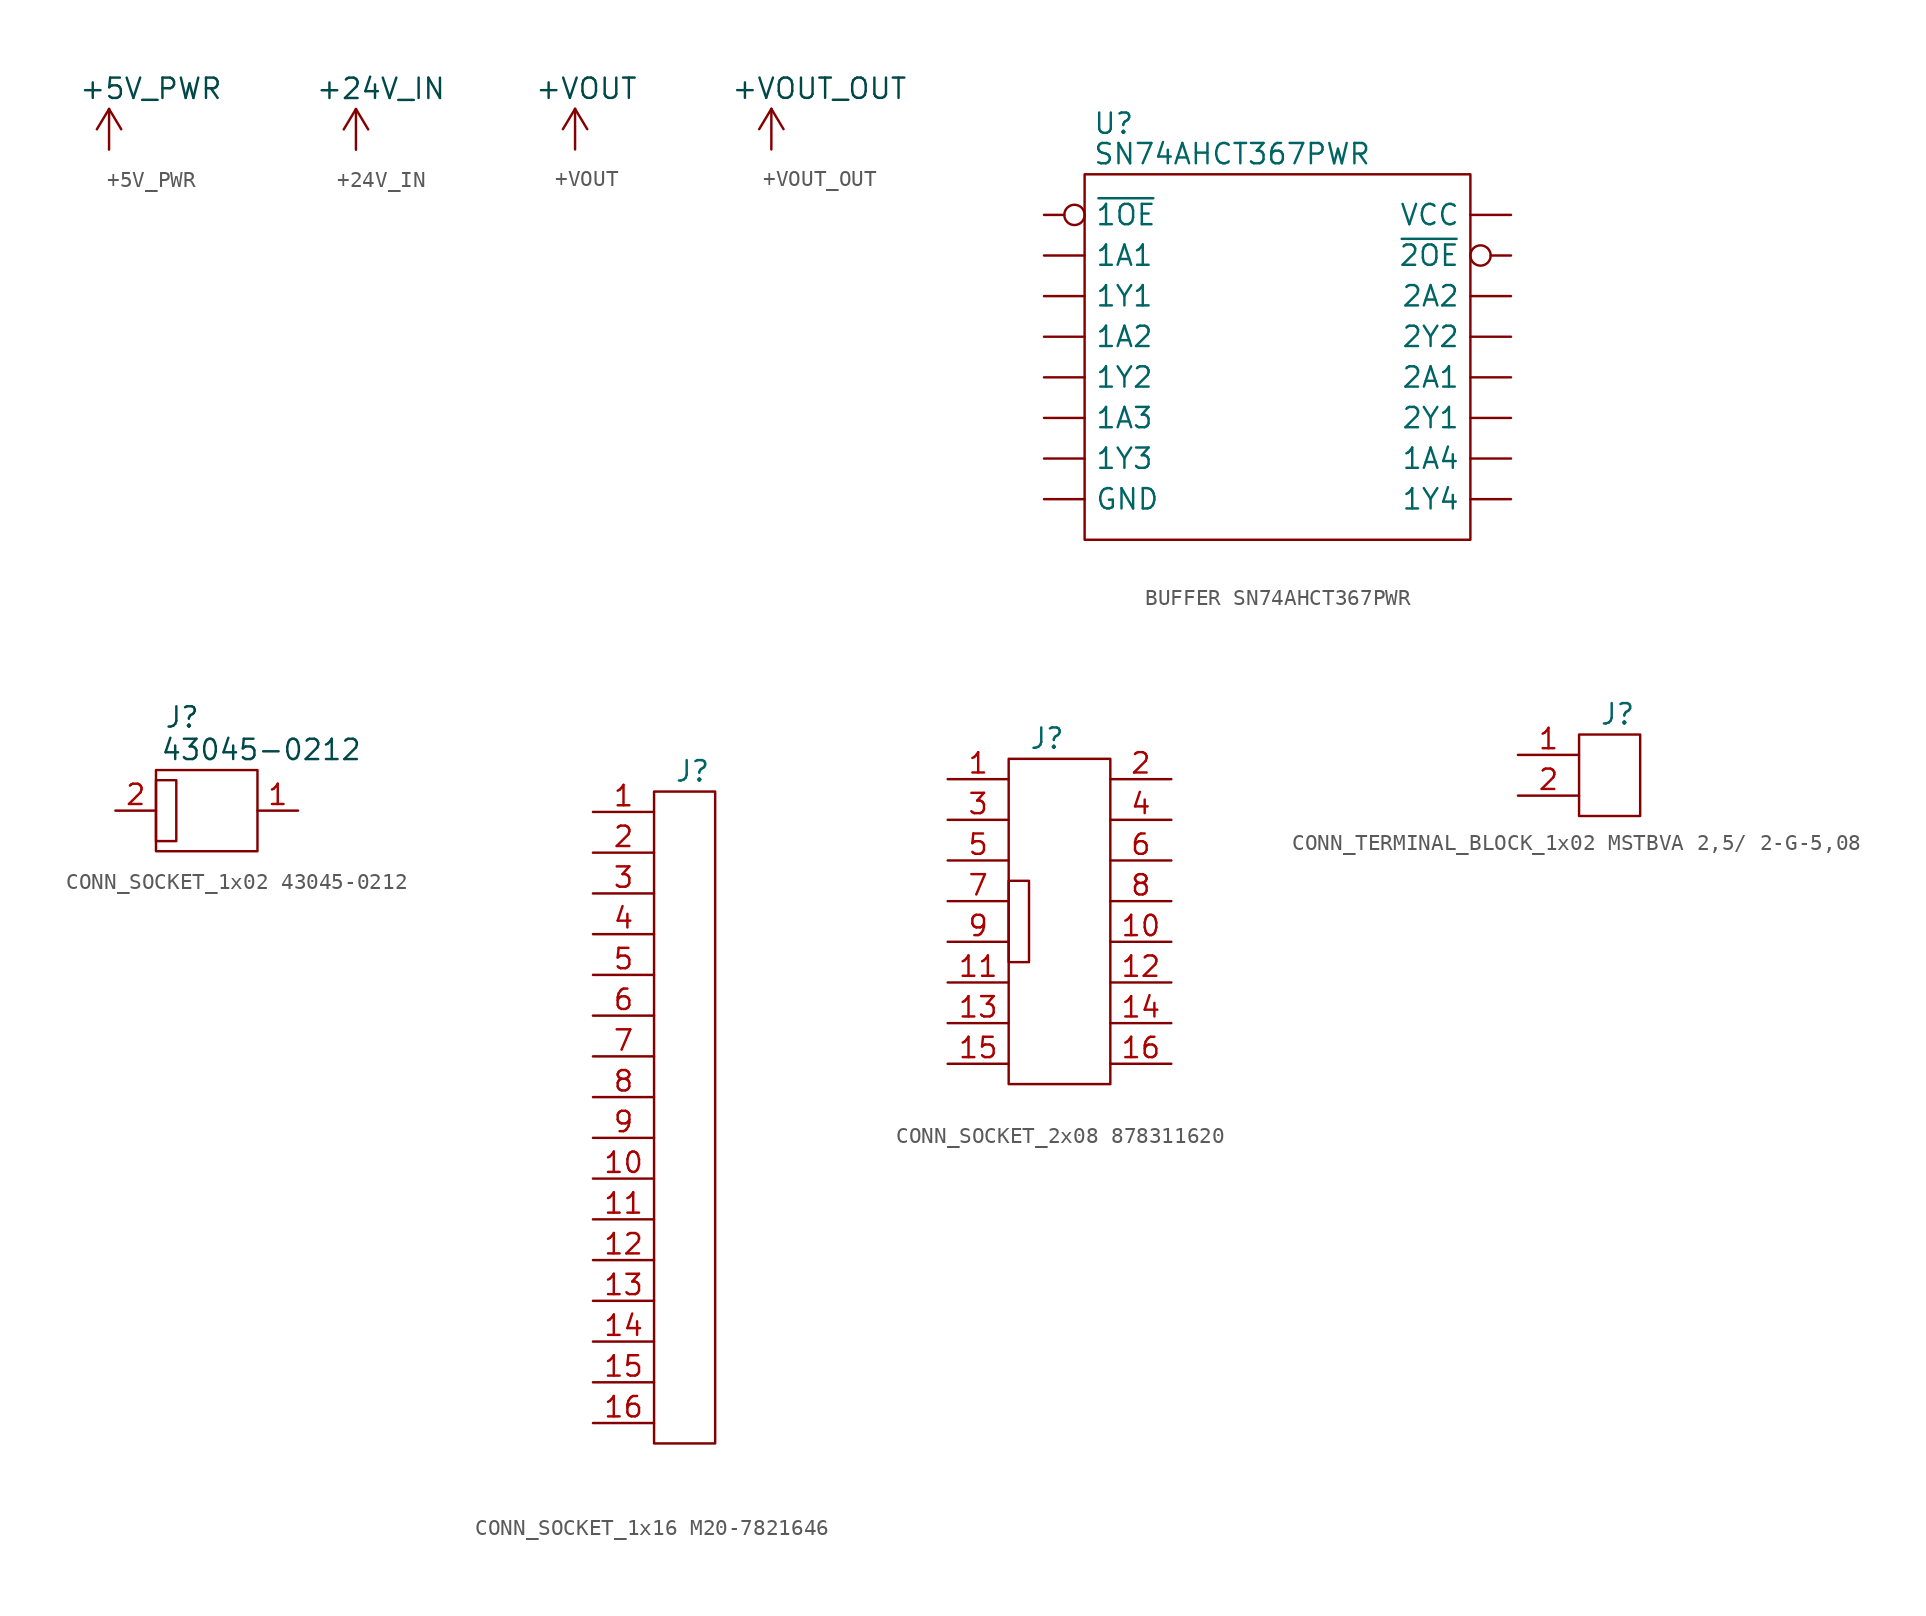
<source format=kicad_sym>
(kicad_symbol_lib
  (version 20231120)
  (generator "kicad_symbol_editor")
  (generator_version "8.0")
  (symbol "+5V_PWR"
    (power)
    (pin_numbers hide)
    (pin_names
      (offset 0) hide)
    (property "Reference" "#PWR"
      (at 12.7 14.605 0)
      (effects (font (size 1.27 1.27)) (justify left) (hide yes)))
    (property "Value" "+5V_PWR"
      (at -1.905 3.81 0)
      (effects (font (size 1.27 1.27) (color 0 72 72 1)) (justify left)))
    (symbol "+5V_PWR_0_1"
      (polyline (pts (xy -0.762 1.27) (xy 0 2.54)) (stroke (width 0) (type default)) (fill (type none)))
      (polyline (pts (xy 0 0) (xy 0 2.54)) (stroke (width 0) (type default)) (fill (type none)))
      (polyline (pts (xy 0 2.54) (xy 0.762 1.27)) (stroke (width 0) (type default)) (fill (type none))))
    (symbol "+5V_PWR_1_1"
      (pin power_in line (at 0 0 90) (length 1.27) hide (name "+5V_PWR" (effects (font (size 1.27 1.27)))) (number "1" (effects (font (size 1.27 1.27)))))))
  (symbol "+24V_IN"
    (power)
    (pin_numbers hide)
    (pin_names
      (offset 0) hide)
    (property "Reference" "#PWR"
      (at 12.7 14.605 0)
      (effects (font (size 1.27 1.27)) (justify left) (hide yes)))
    (property "Value" "+24V_IN"
      (at -2.54 3.81 0)
      (effects (font (size 1.27 1.27) (color 0 72 72 1)) (justify left)))
    (symbol "+24V_IN_0_1"
      (polyline (pts (xy -0.762 1.27) (xy 0 2.54)) (stroke (width 0) (type default)) (fill (type none)))
      (polyline (pts (xy 0 0) (xy 0 2.54)) (stroke (width 0) (type default)) (fill (type none)))
      (polyline (pts (xy 0 2.54) (xy 0.762 1.27)) (stroke (width 0) (type default)) (fill (type none))))
    (symbol "+24V_IN_1_1"
      (pin power_in line (at 0 0 90) (length 1.27) hide (name "+24V_IN" (effects (font (size 1.27 1.27)))) (number "1" (effects (font (size 1.27 1.27)))))))
  (symbol "+VOUT"
    (power)
    (pin_numbers hide)
    (pin_names
      (offset 0) hide)
    (property "Reference" "#PWR"
      (at 12.7 14.605 0)
      (effects (font (size 1.27 1.27)) (justify left) (hide yes)))
    (property "Value" "+VOUT"
      (at -2.54 3.81 0)
      (effects (font (size 1.27 1.27) (color 0 72 72 1)) (justify left)))
    (symbol "+VOUT_0_1"
      (polyline (pts (xy -0.762 1.27) (xy 0 2.54)) (stroke (width 0) (type default)) (fill (type none)))
      (polyline (pts (xy 0 0) (xy 0 2.54)) (stroke (width 0) (type default)) (fill (type none)))
      (polyline (pts (xy 0 2.54) (xy 0.762 1.27)) (stroke (width 0) (type default)) (fill (type none))))
    (symbol "+VOUT_1_1"
      (pin power_in line (at 0 0 90) (length 1.27) hide (name "+VOUT" (effects (font (size 1.27 1.27)))) (number "1" (effects (font (size 1.27 1.27)))))))
  (symbol "+VOUT_OUT"
    (power)
    (pin_numbers hide)
    (pin_names
      (offset 0) hide)
    (property "Reference" "#PWR"
      (at 12.7 14.605 0)
      (effects (font (size 1.27 1.27)) (justify left) (hide yes)))
    (property "Value" "+VOUT_OUT"
      (at -2.54 3.81 0)
      (effects (font (size 1.27 1.27) (color 0 72 72 1)) (justify left)))
    (symbol "+VOUT_OUT_0_1"
      (polyline (pts (xy -0.762 1.27) (xy 0 2.54)) (stroke (width 0) (type default)) (fill (type none)))
      (polyline (pts (xy 0 0) (xy 0 2.54)) (stroke (width 0) (type default)) (fill (type none)))
      (polyline (pts (xy 0 2.54) (xy 0.762 1.27)) (stroke (width 0) (type default)) (fill (type none))))
    (symbol "+VOUT_OUT_1_1"
      (pin power_in line (at 0 0 90) (length 1.27) hide (name "+VOUT_OUT" (effects (font (size 1.27 1.27)))) (number "1" (effects (font (size 1.27 1.27)))))))
  (symbol "BUFFER SN74AHCT367PWR"
    (pin_numbers hide)
    (pin_names
      (offset 0.635))
    (property "Reference" "U"
      (at 0.508 3.175 0)
      (effects (font (size 1.27 1.27)) (justify left)))
    (property "Value" "SN74AHCT367PWR"
      (at 0.508 1.27 0)
      (effects (font (size 1.27 1.27)) (justify left)))
    (symbol "BUFFER SN74AHCT367PWR_0_1"
      (rectangle (start 0 0) (end 24.13 -22.86) (stroke (width 0) (type default)) (fill (type none))))
    (symbol "BUFFER SN74AHCT367PWR_1_1"
      (pin passive inverted (at -2.54 -2.54 0) (length 2.54) (name "~{1OE}" (effects (font (size 1.27 1.27)))) (number "1" (effects (font (size 1.27 1.27)))))
      (pin passive line (at 26.67 -17.78 180) (length 2.54) (name "1A4" (effects (font (size 1.27 1.27)))) (number "10" (effects (font (size 1.27 1.27)))))
      (pin passive line (at 26.67 -15.24 180) (length 2.54) (name "2Y1" (effects (font (size 1.27 1.27)))) (number "11" (effects (font (size 1.27 1.27)))))
      (pin passive line (at 26.67 -12.7 180) (length 2.54) (name "2A1" (effects (font (size 1.27 1.27)))) (number "12" (effects (font (size 1.27 1.27)))))
      (pin passive line (at 26.67 -10.16 180) (length 2.54) (name "2Y2" (effects (font (size 1.27 1.27)))) (number "13" (effects (font (size 1.27 1.27)))))
      (pin passive line (at 26.67 -7.62 180) (length 2.54) (name "2A2" (effects (font (size 1.27 1.27)))) (number "14" (effects (font (size 1.27 1.27)))))
      (pin passive inverted (at 26.67 -5.08 180) (length 2.54) (name "~{2OE}" (effects (font (size 1.27 1.27)))) (number "15" (effects (font (size 1.27 1.27)))))
      (pin passive line (at 26.67 -2.54 180) (length 2.54) (name "VCC" (effects (font (size 1.27 1.27)))) (number "16" (effects (font (size 1.27 1.27)))))
      (pin passive line (at -2.54 -5.08 0) (length 2.54) (name "1A1" (effects (font (size 1.27 1.27)))) (number "2" (effects (font (size 1.27 1.27)))))
      (pin passive line (at -2.54 -7.62 0) (length 2.54) (name "1Y1" (effects (font (size 1.27 1.27)))) (number "3" (effects (font (size 1.27 1.27)))))
      (pin passive line (at -2.54 -10.16 0) (length 2.54) (name "1A2" (effects (font (size 1.27 1.27)))) (number "4" (effects (font (size 1.27 1.27)))))
      (pin passive line (at -2.54 -12.7 0) (length 2.54) (name "1Y2" (effects (font (size 1.27 1.27)))) (number "5" (effects (font (size 1.27 1.27)))))
      (pin passive line (at -2.54 -15.24 0) (length 2.54) (name "1A3" (effects (font (size 1.27 1.27)))) (number "6" (effects (font (size 1.27 1.27)))))
      (pin passive line (at -2.54 -17.78 0) (length 2.54) (name "1Y3" (effects (font (size 1.27 1.27)))) (number "7" (effects (font (size 1.27 1.27)))))
      (pin passive line (at -2.54 -20.32 0) (length 2.54) (name "GND" (effects (font (size 1.27 1.27)))) (number "8" (effects (font (size 1.27 1.27)))))
      (pin passive line (at 26.67 -20.32 180) (length 2.54) (name "1Y4" (effects (font (size 1.27 1.27)))) (number "9" (effects (font (size 1.27 1.27)))))))
  (symbol "CONN_SOCKET_1x02 43045-0212"
    (property "Reference" "J"
      (at 0.508 3.302 0)
      (effects (font (size 1.27 1.27) (color 0 72 72 1)) (justify left)))
    (property "Value" "43045-0212"
      (at 0.254 1.27 0)
      (effects (font (size 1.27 1.27) (color 0 72 72 1)) (justify left)))
    (symbol "CONN_SOCKET_1x02 43045-0212_0_1"
      (rectangle (start 0 -0.635) (end 1.27 -4.445) (stroke (width 0) (type default)) (fill (type none))))
    (symbol "CONN_SOCKET_1x02 43045-0212_1_1"
      (rectangle (start 0 0) (end 6.35 -5.08) (stroke (width 0) (type default)) (fill (type color) (color 0 0 0 0)))
      (pin passive line (at 8.89 -2.54 180) (length 2.54) (name "~" (effects (font (size 1.27 1.27)))) (number "1" (effects (font (size 1.27 1.27)))))
      (pin passive line (at -2.54 -2.54 0) (length 2.54) (name "~" (effects (font (size 1.27 1.27)))) (number "2" (effects (font (size 1.27 1.27)))))))
  (symbol "CONN_SOCKET_1x16 M20-7821646"
    (pin_names
      (offset 0) hide)
    (property "Reference" "J"
      (at 1.27 1.27 0)
      (effects (font (size 1.27 1.27)) (justify left)))
    (symbol "CONN_SOCKET_1x16 M20-7821646_0_1"
      (rectangle (start 0 0) (end 3.81 -40.64) (stroke (width 0) (type default)) (fill (type none))))
    (symbol "CONN_SOCKET_1x16 M20-7821646_1_1"
      (pin passive line (at -3.81 -1.27 0) (length 3.81) (name "Pin_1" (effects (font (size 1.27 1.27)))) (number "1" (effects (font (size 1.27 1.27)))))
      (pin passive line (at -3.81 -24.13 0) (length 3.81) (name "Pin_10" (effects (font (size 1.27 1.27)))) (number "10" (effects (font (size 1.27 1.27)))))
      (pin passive line (at -3.81 -26.67 0) (length 3.81) (name "Pin_11" (effects (font (size 1.27 1.27)))) (number "11" (effects (font (size 1.27 1.27)))))
      (pin passive line (at -3.81 -29.21 0) (length 3.81) (name "Pin_12" (effects (font (size 1.27 1.27)))) (number "12" (effects (font (size 1.27 1.27)))))
      (pin passive line (at -3.81 -31.75 0) (length 3.81) (name "Pin_13" (effects (font (size 1.27 1.27)))) (number "13" (effects (font (size 1.27 1.27)))))
      (pin passive line (at -3.81 -34.29 0) (length 3.81) (name "Pin_14" (effects (font (size 1.27 1.27)))) (number "14" (effects (font (size 1.27 1.27)))))
      (pin passive line (at -3.81 -36.83 0) (length 3.81) (name "Pin_15" (effects (font (size 1.27 1.27)))) (number "15" (effects (font (size 1.27 1.27)))))
      (pin passive line (at -3.81 -39.37 0) (length 3.81) (name "Pin_16" (effects (font (size 1.27 1.27)))) (number "16" (effects (font (size 1.27 1.27)))))
      (pin passive line (at -3.81 -3.81 0) (length 3.81) (name "Pin_2" (effects (font (size 1.27 1.27)))) (number "2" (effects (font (size 1.27 1.27)))))
      (pin passive line (at -3.81 -6.35 0) (length 3.81) (name "Pin_3" (effects (font (size 1.27 1.27)))) (number "3" (effects (font (size 1.27 1.27)))))
      (pin passive line (at -3.81 -8.89 0) (length 3.81) (name "Pin_4" (effects (font (size 1.27 1.27)))) (number "4" (effects (font (size 1.27 1.27)))))
      (pin passive line (at -3.81 -11.43 0) (length 3.81) (name "Pin_5" (effects (font (size 1.27 1.27)))) (number "5" (effects (font (size 1.27 1.27)))))
      (pin passive line (at -3.81 -13.97 0) (length 3.81) (name "Pin_6" (effects (font (size 1.27 1.27)))) (number "6" (effects (font (size 1.27 1.27)))))
      (pin passive line (at -3.81 -16.51 0) (length 3.81) (name "Pin_7" (effects (font (size 1.27 1.27)))) (number "7" (effects (font (size 1.27 1.27)))))
      (pin passive line (at -3.81 -19.05 0) (length 3.81) (name "Pin_8" (effects (font (size 1.27 1.27)))) (number "8" (effects (font (size 1.27 1.27)))))
      (pin passive line (at -3.81 -21.59 0) (length 3.81) (name "Pin_9" (effects (font (size 1.27 1.27)))) (number "9" (effects (font (size 1.27 1.27)))))))
  (symbol "CONN_SOCKET_2x08 878311620"
    (pin_names
      (offset 0) hide)
    (property "Reference" "J"
      (at 1.27 1.27 0)
      (effects (font (size 1.27 1.27)) (justify left)))
    (symbol "CONN_SOCKET_2x08 878311620_0_1"
      (rectangle (start 0 -7.62) (end 1.27 -12.7) (stroke (width 0) (type default)) (fill (type none)))
      (rectangle (start 0 0) (end 6.35 -20.32) (stroke (width 0) (type default)) (fill (type none))))
    (symbol "CONN_SOCKET_2x08 878311620_1_1"
      (pin passive line (at -3.81 -1.27 0) (length 3.81) (name "Pin_1" (effects (font (size 1.27 1.27)))) (number "1" (effects (font (size 1.27 1.27)))))
      (pin passive line (at 10.16 -11.43 180) (length 3.81) (name "Pin_10" (effects (font (size 1.27 1.27)))) (number "10" (effects (font (size 1.27 1.27)))))
      (pin passive line (at -3.81 -13.97 0) (length 3.81) (name "Pin_11" (effects (font (size 1.27 1.27)))) (number "11" (effects (font (size 1.27 1.27)))))
      (pin passive line (at 10.16 -13.97 180) (length 3.81) (name "Pin_12" (effects (font (size 1.27 1.27)))) (number "12" (effects (font (size 1.27 1.27)))))
      (pin passive line (at -3.81 -16.51 0) (length 3.81) (name "Pin_13" (effects (font (size 1.27 1.27)))) (number "13" (effects (font (size 1.27 1.27)))))
      (pin passive line (at 10.16 -16.51 180) (length 3.81) (name "Pin_14" (effects (font (size 1.27 1.27)))) (number "14" (effects (font (size 1.27 1.27)))))
      (pin passive line (at -3.81 -19.05 0) (length 3.81) (name "Pin_15" (effects (font (size 1.27 1.27)))) (number "15" (effects (font (size 1.27 1.27)))))
      (pin passive line (at 10.16 -19.05 180) (length 3.81) (name "Pin_16" (effects (font (size 1.27 1.27)))) (number "16" (effects (font (size 1.27 1.27)))))
      (pin passive line (at 10.16 -1.27 180) (length 3.81) (name "Pin_2" (effects (font (size 1.27 1.27)))) (number "2" (effects (font (size 1.27 1.27)))))
      (pin passive line (at -3.81 -3.81 0) (length 3.81) (name "Pin_3" (effects (font (size 1.27 1.27)))) (number "3" (effects (font (size 1.27 1.27)))))
      (pin passive line (at 10.16 -3.81 180) (length 3.81) (name "Pin_4" (effects (font (size 1.27 1.27)))) (number "4" (effects (font (size 1.27 1.27)))))
      (pin passive line (at -3.81 -6.35 0) (length 3.81) (name "Pin_5" (effects (font (size 1.27 1.27)))) (number "5" (effects (font (size 1.27 1.27)))))
      (pin passive line (at 10.16 -6.35 180) (length 3.81) (name "Pin_6" (effects (font (size 1.27 1.27)))) (number "6" (effects (font (size 1.27 1.27)))))
      (pin passive line (at -3.81 -8.89 0) (length 3.81) (name "Pin_7" (effects (font (size 1.27 1.27)))) (number "7" (effects (font (size 1.27 1.27)))))
      (pin passive line (at 10.16 -8.89 180) (length 3.81) (name "Pin_8" (effects (font (size 1.27 1.27)))) (number "8" (effects (font (size 1.27 1.27)))))
      (pin passive line (at -3.81 -11.43 0) (length 3.81) (name "Pin_9" (effects (font (size 1.27 1.27)))) (number "9" (effects (font (size 1.27 1.27)))))))
  (symbol "CONN_TERMINAL_BLOCK_1x02 MSTBVA 2,5/ 2-G-5,08"
    (pin_names
      (offset 0) hide)
    (property "Reference" "J"
      (at 1.27 1.27 0)
      (effects (font (size 1.27 1.27)) (justify left)))
    (symbol "CONN_TERMINAL_BLOCK_1x02 MSTBVA 2,5/ 2-G-5,08_0_1"
      (rectangle (start 0 0) (end 3.81 -5.08) (stroke (width 0) (type default)) (fill (type none))))
    (symbol "CONN_TERMINAL_BLOCK_1x02 MSTBVA 2,5/ 2-G-5,08_1_1"
      (pin passive line (at -3.81 -1.27 0) (length 3.81) (name "Pin_1" (effects (font (size 1.27 1.27)))) (number "1" (effects (font (size 1.27 1.27)))))
      (pin passive line (at -3.81 -3.81 0) (length 3.81) (name "Pin_2" (effects (font (size 1.27 1.27)))) (number "2" (effects (font (size 1.27 1.27))))))))
</source>
